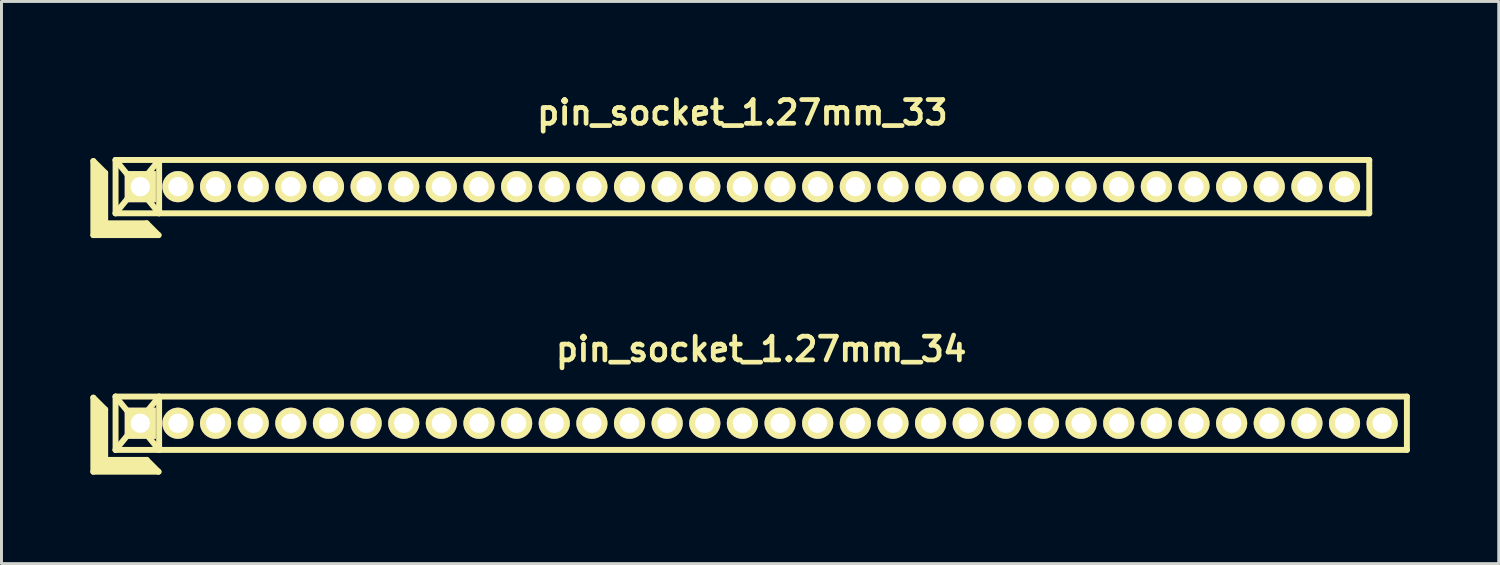
<source format=kicad_pcb>
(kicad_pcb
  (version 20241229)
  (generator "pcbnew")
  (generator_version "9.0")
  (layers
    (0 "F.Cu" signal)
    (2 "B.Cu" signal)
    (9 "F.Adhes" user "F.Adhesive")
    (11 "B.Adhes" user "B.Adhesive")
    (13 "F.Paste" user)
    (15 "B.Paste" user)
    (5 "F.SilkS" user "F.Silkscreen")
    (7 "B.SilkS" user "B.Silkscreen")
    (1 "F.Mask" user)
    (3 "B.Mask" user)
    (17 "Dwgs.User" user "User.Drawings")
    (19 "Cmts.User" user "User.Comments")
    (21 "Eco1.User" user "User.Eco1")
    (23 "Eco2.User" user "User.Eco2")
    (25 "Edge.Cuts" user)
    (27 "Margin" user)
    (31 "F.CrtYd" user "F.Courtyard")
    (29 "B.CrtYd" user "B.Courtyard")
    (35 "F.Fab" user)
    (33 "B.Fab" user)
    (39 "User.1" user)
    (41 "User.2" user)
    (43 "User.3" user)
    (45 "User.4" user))
  (footprint "pin_socket_1.27mm_33"
    (layer "F.Cu")
    (at 22.005 3.249)
    (property "Reference" "pin_socket_1.27mm_33" (at 0 -2.5 0) (layer "F.SilkS") (effects (font (size 0.8 0.8) (thickness 0.16))))
    (attr through_hole)
    (fp_line (start -21.905 -0.864) (end -21.905 1.636) (stroke (width 0.2) (type solid)) (layer "F.SilkS"))
    (fp_line (start -21.905 -0.864) (end -21.505 -0.464) (stroke (width 0.2) (type solid)) (layer "F.SilkS"))
    (fp_line (start -21.905 1.636) (end -19.705 1.636) (stroke (width 0.2) (type solid)) (layer "F.SilkS"))
    (fp_line (start -21.805 1.536) (end -21.805 -0.664) (stroke (width 0.2) (type solid)) (layer "F.SilkS"))
    (fp_line (start -21.805 1.536) (end -19.905 1.536) (stroke (width 0.2) (type solid)) (layer "F.SilkS"))
    (fp_line (start -21.705 1.436) (end -21.705 -0.564) (stroke (width 0.2) (type solid)) (layer "F.SilkS"))
    (fp_line (start -21.705 1.436) (end -20.005 1.436) (stroke (width 0.2) (type solid)) (layer "F.SilkS"))
    (fp_line (start -21.605 1.336) (end -21.605 -0.464) (stroke (width 0.2) (type solid)) (layer "F.SilkS"))
    (fp_line (start -21.605 1.336) (end -20.105 1.336) (stroke (width 0.2) (type solid)) (layer "F.SilkS"))
    (fp_line (start -21.505 1.236) (end -21.505 -0.464) (stroke (width 0.2) (type solid)) (layer "F.SilkS"))
    (fp_line (start -21.505 1.236) (end -20.105 1.236) (stroke (width 0.2) (type solid)) (layer "F.SilkS"))
    (fp_line (start -21.155 -0.9) (end -19.685 0.9) (stroke (width 0.2) (type solid)) (layer "F.SilkS"))
    (fp_line (start -21.155 -0.9) (end 21.155 -0.9) (stroke (width 0.2) (type solid)) (layer "F.SilkS"))
    (fp_line (start -21.155 0.9) (end -21.155 -0.9) (stroke (width 0.2) (type solid)) (layer "F.SilkS"))
    (fp_line (start -21.155 0.9) (end -19.685 -0.9) (stroke (width 0.2) (type solid)) (layer "F.SilkS"))
    (fp_line (start -20.105 1.236) (end -19.705 1.636) (stroke (width 0.2) (type solid)) (layer "F.SilkS"))
    (fp_line (start -19.685 -0.9) (end -19.685 0.9) (stroke (width 0.2) (type solid)) (layer "F.SilkS"))
    (fp_line (start 21.155 -0.9) (end 21.155 0.9) (stroke (width 0.2) (type solid)) (layer "F.SilkS"))
    (fp_line (start 21.155 0.9) (end -21.155 0.9) (stroke (width 0.2) (type solid)) (layer "F.SilkS"))
    (pad "1" thru_hole rect (at -20.32 0) (size 1.05 1.05) (drill 0.65) (layers "*.Cu" "*.Mask" "F.SilkS"))
    (pad "2" thru_hole oval (at -19.05 0) (size 1.05 1.05) (drill 0.65) (layers "*.Cu" "*.Mask" "F.SilkS"))
    (pad "3" thru_hole oval (at -17.78 0) (size 1.05 1.05) (drill 0.65) (layers "*.Cu" "*.Mask" "F.SilkS"))
    (pad "4" thru_hole oval (at -16.51 0) (size 1.05 1.05) (drill 0.65) (layers "*.Cu" "*.Mask" "F.SilkS"))
    (pad "5" thru_hole oval (at -15.24 0) (size 1.05 1.05) (drill 0.65) (layers "*.Cu" "*.Mask" "F.SilkS"))
    (pad "6" thru_hole oval (at -13.97 0) (size 1.05 1.05) (drill 0.65) (layers "*.Cu" "*.Mask" "F.SilkS"))
    (pad "7" thru_hole oval (at -12.7 0) (size 1.05 1.05) (drill 0.65) (layers "*.Cu" "*.Mask" "F.SilkS"))
    (pad "8" thru_hole oval (at -11.43 0) (size 1.05 1.05) (drill 0.65) (layers "*.Cu" "*.Mask" "F.SilkS"))
    (pad "9" thru_hole oval (at -10.16 0) (size 1.05 1.05) (drill 0.65) (layers "*.Cu" "*.Mask" "F.SilkS"))
    (pad "10" thru_hole oval (at -8.89 0) (size 1.05 1.05) (drill 0.65) (layers "*.Cu" "*.Mask" "F.SilkS"))
    (pad "11" thru_hole oval (at -7.62 0) (size 1.05 1.05) (drill 0.65) (layers "*.Cu" "*.Mask" "F.SilkS"))
    (pad "12" thru_hole oval (at -6.35 0) (size 1.05 1.05) (drill 0.65) (layers "*.Cu" "*.Mask" "F.SilkS"))
    (pad "13" thru_hole oval (at -5.08 0) (size 1.05 1.05) (drill 0.65) (layers "*.Cu" "*.Mask" "F.SilkS"))
    (pad "14" thru_hole oval (at -3.81 0) (size 1.05 1.05) (drill 0.65) (layers "*.Cu" "*.Mask" "F.SilkS"))
    (pad "15" thru_hole oval (at -2.54 0) (size 1.05 1.05) (drill 0.65) (layers "*.Cu" "*.Mask" "F.SilkS"))
    (pad "16" thru_hole oval (at -1.27 0) (size 1.05 1.05) (drill 0.65) (layers "*.Cu" "*.Mask" "F.SilkS"))
    (pad "17" thru_hole oval (at 0 0) (size 1.05 1.05) (drill 0.65) (layers "*.Cu" "*.Mask" "F.SilkS"))
    (pad "18" thru_hole oval (at 1.27 0) (size 1.05 1.05) (drill 0.65) (layers "*.Cu" "*.Mask" "F.SilkS"))
    (pad "19" thru_hole oval (at 2.54 0) (size 1.05 1.05) (drill 0.65) (layers "*.Cu" "*.Mask" "F.SilkS"))
    (pad "20" thru_hole oval (at 3.81 0) (size 1.05 1.05) (drill 0.65) (layers "*.Cu" "*.Mask" "F.SilkS"))
    (pad "21" thru_hole oval (at 5.08 0) (size 1.05 1.05) (drill 0.65) (layers "*.Cu" "*.Mask" "F.SilkS"))
    (pad "22" thru_hole oval (at 6.35 0) (size 1.05 1.05) (drill 0.65) (layers "*.Cu" "*.Mask" "F.SilkS"))
    (pad "23" thru_hole oval (at 7.62 0) (size 1.05 1.05) (drill 0.65) (layers "*.Cu" "*.Mask" "F.SilkS"))
    (pad "24" thru_hole oval (at 8.89 0) (size 1.05 1.05) (drill 0.65) (layers "*.Cu" "*.Mask" "F.SilkS"))
    (pad "25" thru_hole oval (at 10.16 0) (size 1.05 1.05) (drill 0.65) (layers "*.Cu" "*.Mask" "F.SilkS"))
    (pad "26" thru_hole oval (at 11.43 0) (size 1.05 1.05) (drill 0.65) (layers "*.Cu" "*.Mask" "F.SilkS"))
    (pad "27" thru_hole oval (at 12.7 0) (size 1.05 1.05) (drill 0.65) (layers "*.Cu" "*.Mask" "F.SilkS"))
    (pad "28" thru_hole oval (at 13.97 0) (size 1.05 1.05) (drill 0.65) (layers "*.Cu" "*.Mask" "F.SilkS"))
    (pad "29" thru_hole oval (at 15.24 0) (size 1.05 1.05) (drill 0.65) (layers "*.Cu" "*.Mask" "F.SilkS"))
    (pad "30" thru_hole oval (at 16.51 0) (size 1.05 1.05) (drill 0.65) (layers "*.Cu" "*.Mask" "F.SilkS"))
    (pad "31" thru_hole oval (at 17.78 0) (size 1.05 1.05) (drill 0.65) (layers "*.Cu" "*.Mask" "F.SilkS"))
    (pad "32" thru_hole oval (at 19.05 0) (size 1.05 1.05) (drill 0.65) (layers "*.Cu" "*.Mask" "F.SilkS"))
    (pad "33" thru_hole oval (at 20.32 0) (size 1.05 1.05) (drill 0.65) (layers "*.Cu" "*.Mask" "F.SilkS")))
  (footprint "pin_socket_1.27mm_34"
    (layer "F.Cu")
    (at 22.64 11.234)
    (property "Reference" "pin_socket_1.27mm_34" (at 0 -2.5 0) (layer "F.SilkS") (effects (font (size 0.8 0.8) (thickness 0.16))))
    (attr through_hole)
    (fp_line (start -22.54 -0.864) (end -22.54 1.636) (stroke (width 0.2) (type solid)) (layer "F.SilkS"))
    (fp_line (start -22.54 -0.864) (end -22.14 -0.464) (stroke (width 0.2) (type solid)) (layer "F.SilkS"))
    (fp_line (start -22.54 1.636) (end -20.34 1.636) (stroke (width 0.2) (type solid)) (layer "F.SilkS"))
    (fp_line (start -22.44 1.536) (end -22.44 -0.664) (stroke (width 0.2) (type solid)) (layer "F.SilkS"))
    (fp_line (start -22.44 1.536) (end -20.54 1.536) (stroke (width 0.2) (type solid)) (layer "F.SilkS"))
    (fp_line (start -22.34 1.436) (end -22.34 -0.564) (stroke (width 0.2) (type solid)) (layer "F.SilkS"))
    (fp_line (start -22.34 1.436) (end -20.64 1.436) (stroke (width 0.2) (type solid)) (layer "F.SilkS"))
    (fp_line (start -22.24 1.336) (end -22.24 -0.464) (stroke (width 0.2) (type solid)) (layer "F.SilkS"))
    (fp_line (start -22.24 1.336) (end -20.74 1.336) (stroke (width 0.2) (type solid)) (layer "F.SilkS"))
    (fp_line (start -22.14 1.236) (end -22.14 -0.464) (stroke (width 0.2) (type solid)) (layer "F.SilkS"))
    (fp_line (start -22.14 1.236) (end -20.74 1.236) (stroke (width 0.2) (type solid)) (layer "F.SilkS"))
    (fp_line (start -21.79 -0.9) (end -20.32 0.9) (stroke (width 0.2) (type solid)) (layer "F.SilkS"))
    (fp_line (start -21.79 -0.9) (end 21.79 -0.9) (stroke (width 0.2) (type solid)) (layer "F.SilkS"))
    (fp_line (start -21.79 0.9) (end -21.79 -0.9) (stroke (width 0.2) (type solid)) (layer "F.SilkS"))
    (fp_line (start -21.79 0.9) (end -20.32 -0.9) (stroke (width 0.2) (type solid)) (layer "F.SilkS"))
    (fp_line (start -20.74 1.236) (end -20.34 1.636) (stroke (width 0.2) (type solid)) (layer "F.SilkS"))
    (fp_line (start -20.32 -0.9) (end -20.32 0.9) (stroke (width 0.2) (type solid)) (layer "F.SilkS"))
    (fp_line (start 21.79 -0.9) (end 21.79 0.9) (stroke (width 0.2) (type solid)) (layer "F.SilkS"))
    (fp_line (start 21.79 0.9) (end -21.79 0.9) (stroke (width 0.2) (type solid)) (layer "F.SilkS"))
    (pad "1" thru_hole rect (at -20.955 0) (size 1.05 1.05) (drill 0.65) (layers "*.Cu" "*.Mask" "F.SilkS"))
    (pad "2" thru_hole oval (at -19.685 0) (size 1.05 1.05) (drill 0.65) (layers "*.Cu" "*.Mask" "F.SilkS"))
    (pad "3" thru_hole oval (at -18.415 0) (size 1.05 1.05) (drill 0.65) (layers "*.Cu" "*.Mask" "F.SilkS"))
    (pad "4" thru_hole oval (at -17.145 0) (size 1.05 1.05) (drill 0.65) (layers "*.Cu" "*.Mask" "F.SilkS"))
    (pad "5" thru_hole oval (at -15.875 0) (size 1.05 1.05) (drill 0.65) (layers "*.Cu" "*.Mask" "F.SilkS"))
    (pad "6" thru_hole oval (at -14.605 0) (size 1.05 1.05) (drill 0.65) (layers "*.Cu" "*.Mask" "F.SilkS"))
    (pad "7" thru_hole oval (at -13.335 0) (size 1.05 1.05) (drill 0.65) (layers "*.Cu" "*.Mask" "F.SilkS"))
    (pad "8" thru_hole oval (at -12.065 0) (size 1.05 1.05) (drill 0.65) (layers "*.Cu" "*.Mask" "F.SilkS"))
    (pad "9" thru_hole oval (at -10.795 0) (size 1.05 1.05) (drill 0.65) (layers "*.Cu" "*.Mask" "F.SilkS"))
    (pad "10" thru_hole oval (at -9.525 0) (size 1.05 1.05) (drill 0.65) (layers "*.Cu" "*.Mask" "F.SilkS"))
    (pad "11" thru_hole oval (at -8.255 0) (size 1.05 1.05) (drill 0.65) (layers "*.Cu" "*.Mask" "F.SilkS"))
    (pad "12" thru_hole oval (at -6.985 0) (size 1.05 1.05) (drill 0.65) (layers "*.Cu" "*.Mask" "F.SilkS"))
    (pad "13" thru_hole oval (at -5.715 0) (size 1.05 1.05) (drill 0.65) (layers "*.Cu" "*.Mask" "F.SilkS"))
    (pad "14" thru_hole oval (at -4.445 0) (size 1.05 1.05) (drill 0.65) (layers "*.Cu" "*.Mask" "F.SilkS"))
    (pad "15" thru_hole oval (at -3.175 0) (size 1.05 1.05) (drill 0.65) (layers "*.Cu" "*.Mask" "F.SilkS"))
    (pad "16" thru_hole oval (at -1.905 0) (size 1.05 1.05) (drill 0.65) (layers "*.Cu" "*.Mask" "F.SilkS"))
    (pad "17" thru_hole oval (at -0.635 0) (size 1.05 1.05) (drill 0.65) (layers "*.Cu" "*.Mask" "F.SilkS"))
    (pad "18" thru_hole oval (at 0.635 0) (size 1.05 1.05) (drill 0.65) (layers "*.Cu" "*.Mask" "F.SilkS"))
    (pad "19" thru_hole oval (at 1.905 0) (size 1.05 1.05) (drill 0.65) (layers "*.Cu" "*.Mask" "F.SilkS"))
    (pad "20" thru_hole oval (at 3.175 0) (size 1.05 1.05) (drill 0.65) (layers "*.Cu" "*.Mask" "F.SilkS"))
    (pad "21" thru_hole oval (at 4.445 0) (size 1.05 1.05) (drill 0.65) (layers "*.Cu" "*.Mask" "F.SilkS"))
    (pad "22" thru_hole oval (at 5.715 0) (size 1.05 1.05) (drill 0.65) (layers "*.Cu" "*.Mask" "F.SilkS"))
    (pad "23" thru_hole oval (at 6.985 0) (size 1.05 1.05) (drill 0.65) (layers "*.Cu" "*.Mask" "F.SilkS"))
    (pad "24" thru_hole oval (at 8.255 0) (size 1.05 1.05) (drill 0.65) (layers "*.Cu" "*.Mask" "F.SilkS"))
    (pad "25" thru_hole oval (at 9.525 0) (size 1.05 1.05) (drill 0.65) (layers "*.Cu" "*.Mask" "F.SilkS"))
    (pad "26" thru_hole oval (at 10.795 0) (size 1.05 1.05) (drill 0.65) (layers "*.Cu" "*.Mask" "F.SilkS"))
    (pad "27" thru_hole oval (at 12.065 0) (size 1.05 1.05) (drill 0.65) (layers "*.Cu" "*.Mask" "F.SilkS"))
    (pad "28" thru_hole oval (at 13.335 0) (size 1.05 1.05) (drill 0.65) (layers "*.Cu" "*.Mask" "F.SilkS"))
    (pad "29" thru_hole oval (at 14.605 0) (size 1.05 1.05) (drill 0.65) (layers "*.Cu" "*.Mask" "F.SilkS"))
    (pad "30" thru_hole oval (at 15.875 0) (size 1.05 1.05) (drill 0.65) (layers "*.Cu" "*.Mask" "F.SilkS"))
    (pad "31" thru_hole oval (at 17.145 0) (size 1.05 1.05) (drill 0.65) (layers "*.Cu" "*.Mask" "F.SilkS"))
    (pad "32" thru_hole oval (at 18.415 0) (size 1.05 1.05) (drill 0.65) (layers "*.Cu" "*.Mask" "F.SilkS"))
    (pad "33" thru_hole oval (at 19.685 0) (size 1.05 1.05) (drill 0.65) (layers "*.Cu" "*.Mask" "F.SilkS"))
    (pad "34" thru_hole oval (at 20.955 0) (size 1.05 1.05) (drill 0.65) (layers "*.Cu" "*.Mask" "F.SilkS")))
  (gr_rect
    (start -3 -3)
    (end 47.53 15.97)
    (stroke (width 0.1) (type default))
    (fill no)
    (layer "Edge.Cuts")))
</source>
